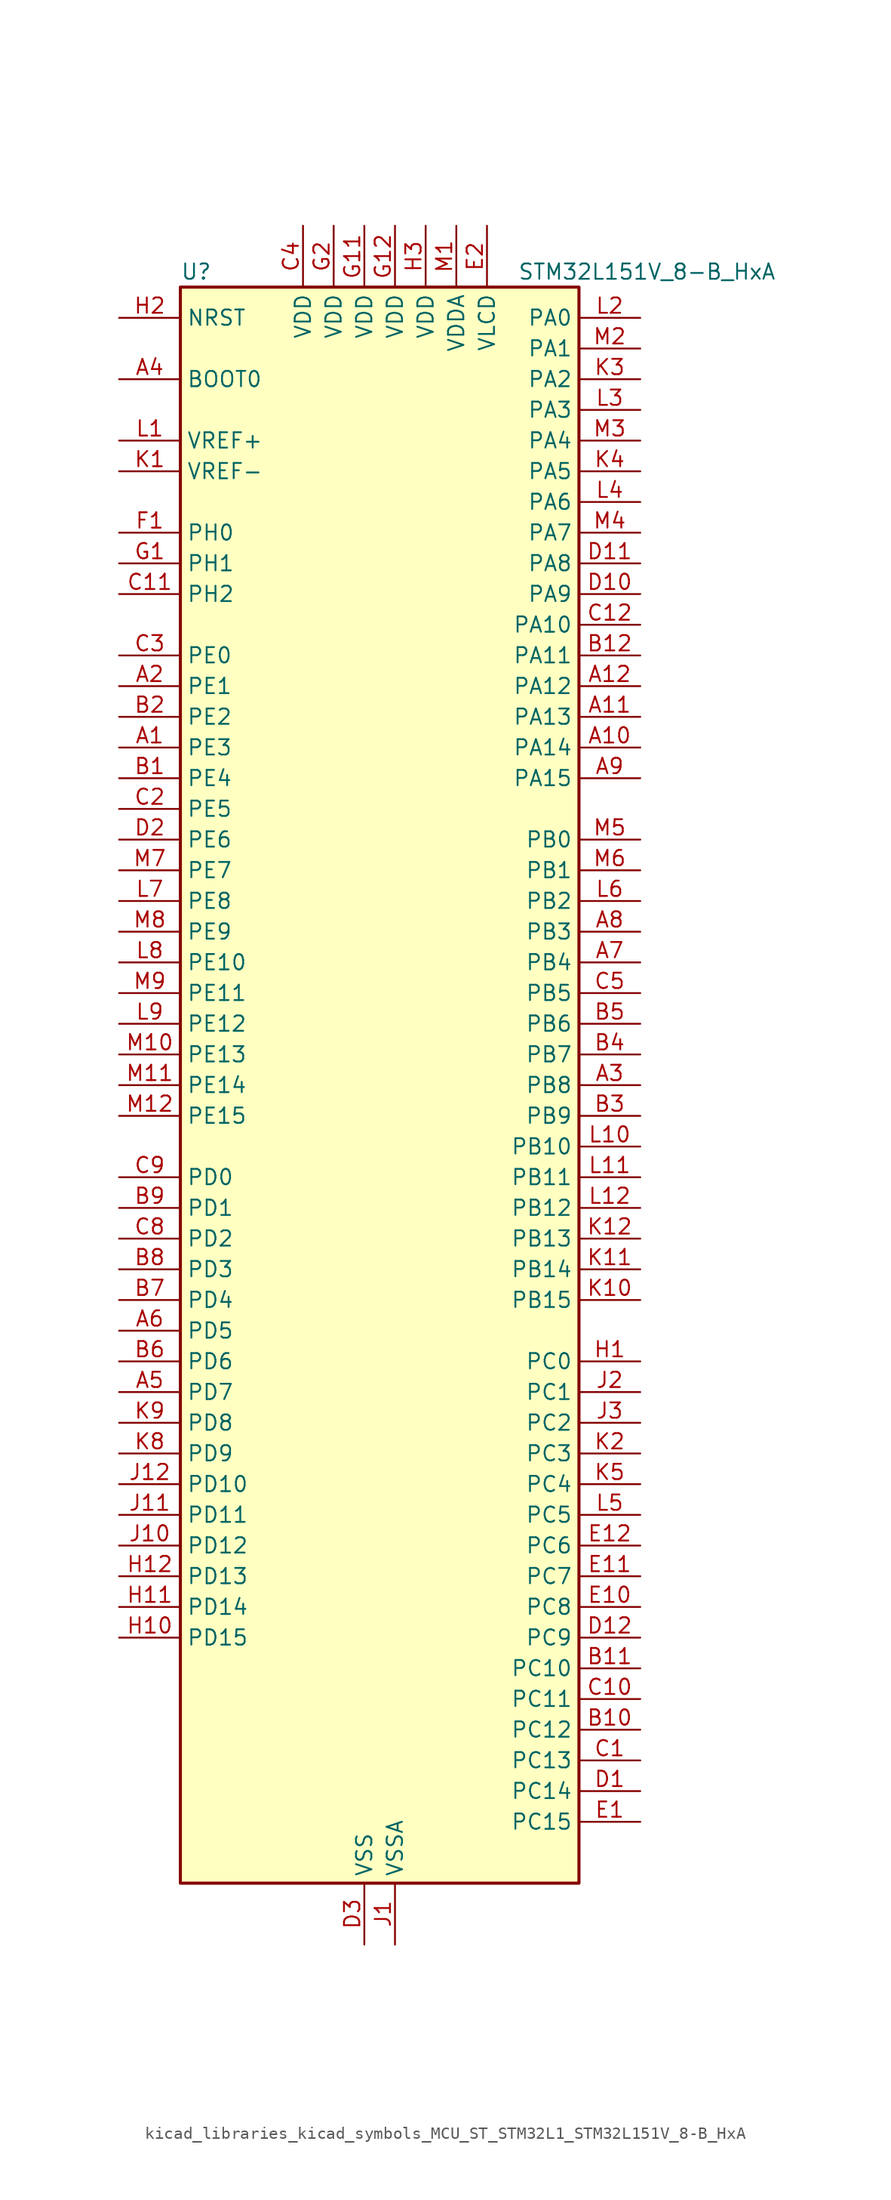
<source format=kicad_sym>
(kicad_symbol_lib
  (version 20220914)
  (generator kicad_symbol_editor)
  (symbol "kicad_libraries_kicad_symbols_MCU_ST_STM32L1_STM32L151V_8-B_HxA"
    (property "Reference" "U"
      (at -15.24 67.31 0)
      (effects (font (size 1.27 1.27)) (justify left)))
    (property "Value" "STM32L151V_8-B_HxA"
      (at 12.7 67.31 0)
      (effects (font (size 1.27 1.27)) (justify left)))
    (property "ki_locked" ""
      (at 0 0 0)
      (effects (font (size 1.27 1.27))))
    (symbol "kicad_libraries_kicad_symbols_MCU_ST_STM32L1_STM32L151V_8-B_HxA_0_1"
      (rectangle (start -15.24 -66.04) (end 17.78 66.04) (stroke (width 0.254) (type default)) (fill (type background))))
    (symbol "kicad_libraries_kicad_symbols_MCU_ST_STM32L1_STM32L151V_8-B_HxA_1_1"
      (pin bidirectional line (at -20.32 27.94 0) (length 5.08) (name "PE3" (effects (font (size 1.27 1.27)))) (number "A1" (effects (font (size 1.27 1.27)))) (alternate "SYS_TRACED0" bidirectional line) (alternate "TIM3_CH1" bidirectional line) (alternate "TIMX_IC4" bidirectional line))
      (pin bidirectional line (at 22.86 27.94 180) (length 5.08) (name "PA14" (effects (font (size 1.27 1.27)))) (number "A10" (effects (font (size 1.27 1.27)))) (alternate "SYS_JTCK-SWCLK" bidirectional line) (alternate "TIMX_IC3" bidirectional line) (alternate "TS_G5_IO2" bidirectional line))
      (pin bidirectional line (at 22.86 30.48 180) (length 5.08) (name "PA13" (effects (font (size 1.27 1.27)))) (number "A11" (effects (font (size 1.27 1.27)))) (alternate "SYS_JTMS-SWDIO" bidirectional line) (alternate "TIMX_IC2" bidirectional line) (alternate "TS_G5_IO1" bidirectional line))
      (pin bidirectional line (at 22.86 33.02 180) (length 5.08) (name "PA12" (effects (font (size 1.27 1.27)))) (number "A12" (effects (font (size 1.27 1.27)))) (alternate "SPI1_MOSI" bidirectional line) (alternate "TIMX_IC1" bidirectional line) (alternate "USART1_RTS" bidirectional line) (alternate "USB_DP" bidirectional line))
      (pin bidirectional line (at -20.32 33.02 0) (length 5.08) (name "PE1" (effects (font (size 1.27 1.27)))) (number "A2" (effects (font (size 1.27 1.27)))) (alternate "TIM11_CH1" bidirectional line) (alternate "TIMX_IC2" bidirectional line))
      (pin bidirectional line (at 22.86 0 180) (length 5.08) (name "PB8" (effects (font (size 1.27 1.27)))) (number "A3" (effects (font (size 1.27 1.27)))) (alternate "I2C1_SCL" bidirectional line) (alternate "TIM10_CH1" bidirectional line) (alternate "TIM4_CH3" bidirectional line))
      (pin input line (at -20.32 58.42 0) (length 5.08) (name "BOOT0" (effects (font (size 1.27 1.27)))) (number "A4" (effects (font (size 1.27 1.27)))))
      (pin bidirectional line (at -20.32 -25.4 0) (length 5.08) (name "PD7" (effects (font (size 1.27 1.27)))) (number "A5" (effects (font (size 1.27 1.27)))) (alternate "TIM9_CH2" bidirectional line) (alternate "TIMX_IC4" bidirectional line) (alternate "USART2_CK" bidirectional line))
      (pin bidirectional line (at -20.32 -20.32 0) (length 5.08) (name "PD5" (effects (font (size 1.27 1.27)))) (number "A6" (effects (font (size 1.27 1.27)))) (alternate "TIMX_IC2" bidirectional line) (alternate "USART2_TX" bidirectional line))
      (pin bidirectional line (at 22.86 10.16 180) (length 5.08) (name "PB4" (effects (font (size 1.27 1.27)))) (number "A7" (effects (font (size 1.27 1.27)))) (alternate "COMP2_INP" bidirectional line) (alternate "SPI1_MISO" bidirectional line) (alternate "SYS_JTRST" bidirectional line) (alternate "TIM3_CH1" bidirectional line) (alternate "TS_G6_IO1" bidirectional line))
      (pin bidirectional line (at 22.86 12.7 180) (length 5.08) (name "PB3" (effects (font (size 1.27 1.27)))) (number "A8" (effects (font (size 1.27 1.27)))) (alternate "COMP2_INM" bidirectional line) (alternate "SPI1_SCK" bidirectional line) (alternate "SYS_JTDO-TRACESWO" bidirectional line) (alternate "TIM2_CH2" bidirectional line))
      (pin bidirectional line (at 22.86 25.4 180) (length 5.08) (name "PA15" (effects (font (size 1.27 1.27)))) (number "A9" (effects (font (size 1.27 1.27)))) (alternate "ADC_EXTI15" bidirectional line) (alternate "SPI1_NSS" bidirectional line) (alternate "SYS_JTDI" bidirectional line) (alternate "TIM2_CH1" bidirectional line) (alternate "TIM2_ETR" bidirectional line) (alternate "TIMX_IC4" bidirectional line) (alternate "TS_G5_IO3" bidirectional line))
      (pin bidirectional line (at -20.32 25.4 0) (length 5.08) (name "PE4" (effects (font (size 1.27 1.27)))) (number "B1" (effects (font (size 1.27 1.27)))) (alternate "SYS_TRACED1" bidirectional line) (alternate "TIM3_CH2" bidirectional line) (alternate "TIMX_IC1" bidirectional line))
      (pin bidirectional line (at 22.86 -53.34 180) (length 5.08) (name "PC12" (effects (font (size 1.27 1.27)))) (number "B10" (effects (font (size 1.27 1.27)))) (alternate "TIMX_IC1" bidirectional line) (alternate "USART3_CK" bidirectional line))
      (pin bidirectional line (at 22.86 -48.26 180) (length 5.08) (name "PC10" (effects (font (size 1.27 1.27)))) (number "B11" (effects (font (size 1.27 1.27)))) (alternate "TIMX_IC3" bidirectional line) (alternate "USART3_TX" bidirectional line))
      (pin bidirectional line (at 22.86 35.56 180) (length 5.08) (name "PA11" (effects (font (size 1.27 1.27)))) (number "B12" (effects (font (size 1.27 1.27)))) (alternate "ADC_EXTI11" bidirectional line) (alternate "SPI1_MISO" bidirectional line) (alternate "TIMX_IC4" bidirectional line) (alternate "USART1_CTS" bidirectional line) (alternate "USB_DM" bidirectional line))
      (pin bidirectional line (at -20.32 30.48 0) (length 5.08) (name "PE2" (effects (font (size 1.27 1.27)))) (number "B2" (effects (font (size 1.27 1.27)))) (alternate "SYS_TRACECK" bidirectional line) (alternate "TIM3_ETR" bidirectional line) (alternate "TIMX_IC3" bidirectional line))
      (pin bidirectional line (at 22.86 -2.54 180) (length 5.08) (name "PB9" (effects (font (size 1.27 1.27)))) (number "B3" (effects (font (size 1.27 1.27)))) (alternate "DAC_EXTI9" bidirectional line) (alternate "I2C1_SDA" bidirectional line) (alternate "TIM11_CH1" bidirectional line) (alternate "TIM4_CH4" bidirectional line))
      (pin bidirectional line (at 22.86 2.54 180) (length 5.08) (name "PB7" (effects (font (size 1.27 1.27)))) (number "B4" (effects (font (size 1.27 1.27)))) (alternate "I2C1_SDA" bidirectional line) (alternate "SYS_PVD_IN" bidirectional line) (alternate "TIM4_CH2" bidirectional line) (alternate "TS_G6_IO4" bidirectional line) (alternate "USART1_RX" bidirectional line))
      (pin bidirectional line (at 22.86 5.08 180) (length 5.08) (name "PB6" (effects (font (size 1.27 1.27)))) (number "B5" (effects (font (size 1.27 1.27)))) (alternate "I2C1_SCL" bidirectional line) (alternate "TIM4_CH1" bidirectional line) (alternate "TS_G6_IO3" bidirectional line) (alternate "USART1_TX" bidirectional line))
      (pin bidirectional line (at -20.32 -22.86 0) (length 5.08) (name "PD6" (effects (font (size 1.27 1.27)))) (number "B6" (effects (font (size 1.27 1.27)))) (alternate "TIMX_IC3" bidirectional line) (alternate "USART2_RX" bidirectional line))
      (pin bidirectional line (at -20.32 -17.78 0) (length 5.08) (name "PD4" (effects (font (size 1.27 1.27)))) (number "B7" (effects (font (size 1.27 1.27)))) (alternate "SPI2_MOSI" bidirectional line) (alternate "TIMX_IC1" bidirectional line) (alternate "USART2_RTS" bidirectional line))
      (pin bidirectional line (at -20.32 -15.24 0) (length 5.08) (name "PD3" (effects (font (size 1.27 1.27)))) (number "B8" (effects (font (size 1.27 1.27)))) (alternate "SPI2_MISO" bidirectional line) (alternate "TIMX_IC4" bidirectional line) (alternate "USART2_CTS" bidirectional line))
      (pin bidirectional line (at -20.32 -10.16 0) (length 5.08) (name "PD1" (effects (font (size 1.27 1.27)))) (number "B9" (effects (font (size 1.27 1.27)))) (alternate "SPI2_SCK" bidirectional line) (alternate "TIMX_IC2" bidirectional line))
      (pin bidirectional line (at 22.86 -55.88 180) (length 5.08) (name "PC13" (effects (font (size 1.27 1.27)))) (number "C1" (effects (font (size 1.27 1.27)))) (alternate "RTC_OUT_ALARM" bidirectional line) (alternate "RTC_OUT_CALIB" bidirectional line) (alternate "RTC_TAMP1" bidirectional line) (alternate "RTC_TS" bidirectional line) (alternate "SYS_WKUP2" bidirectional line) (alternate "TIMX_IC2" bidirectional line))
      (pin bidirectional line (at 22.86 -50.8 180) (length 5.08) (name "PC11" (effects (font (size 1.27 1.27)))) (number "C10" (effects (font (size 1.27 1.27)))) (alternate "ADC_EXTI11" bidirectional line) (alternate "TIMX_IC4" bidirectional line) (alternate "USART3_RX" bidirectional line))
      (pin bidirectional line (at -20.32 40.64 0) (length 5.08) (name "PH2" (effects (font (size 1.27 1.27)))) (number "C11" (effects (font (size 1.27 1.27)))))
      (pin bidirectional line (at 22.86 38.1 180) (length 5.08) (name "PA10" (effects (font (size 1.27 1.27)))) (number "C12" (effects (font (size 1.27 1.27)))) (alternate "TIMX_IC3" bidirectional line) (alternate "TS_G4_IO3" bidirectional line) (alternate "USART1_RX" bidirectional line))
      (pin bidirectional line (at -20.32 22.86 0) (length 5.08) (name "PE5" (effects (font (size 1.27 1.27)))) (number "C2" (effects (font (size 1.27 1.27)))) (alternate "SYS_TRACED2" bidirectional line) (alternate "TIM9_CH1" bidirectional line) (alternate "TIMX_IC2" bidirectional line))
      (pin bidirectional line (at -20.32 35.56 0) (length 5.08) (name "PE0" (effects (font (size 1.27 1.27)))) (number "C3" (effects (font (size 1.27 1.27)))) (alternate "TIM10_CH1" bidirectional line) (alternate "TIM4_ETR" bidirectional line) (alternate "TIMX_IC1" bidirectional line))
      (pin power_in line (at -5.08 71.12 270) (length 5.08) (name "VDD" (effects (font (size 1.27 1.27)))) (number "C4" (effects (font (size 1.27 1.27)))))
      (pin bidirectional line (at 22.86 7.62 180) (length 5.08) (name "PB5" (effects (font (size 1.27 1.27)))) (number "C5" (effects (font (size 1.27 1.27)))) (alternate "COMP2_INP" bidirectional line) (alternate "I2C1_SMBA" bidirectional line) (alternate "SPI1_MOSI" bidirectional line) (alternate "TIM3_CH2" bidirectional line) (alternate "TS_G6_IO2" bidirectional line))
      (pin bidirectional line (at -20.32 -12.7 0) (length 5.08) (name "PD2" (effects (font (size 1.27 1.27)))) (number "C8" (effects (font (size 1.27 1.27)))) (alternate "TIM3_ETR" bidirectional line) (alternate "TIMX_IC3" bidirectional line))
      (pin bidirectional line (at -20.32 -7.62 0) (length 5.08) (name "PD0" (effects (font (size 1.27 1.27)))) (number "C9" (effects (font (size 1.27 1.27)))) (alternate "SPI2_NSS" bidirectional line) (alternate "TIM9_CH1" bidirectional line) (alternate "TIMX_IC1" bidirectional line))
      (pin bidirectional line (at 22.86 -58.42 180) (length 5.08) (name "PC14" (effects (font (size 1.27 1.27)))) (number "D1" (effects (font (size 1.27 1.27)))) (alternate "RCC_OSC32_IN" bidirectional line) (alternate "TIMX_IC3" bidirectional line))
      (pin bidirectional line (at 22.86 40.64 180) (length 5.08) (name "PA9" (effects (font (size 1.27 1.27)))) (number "D10" (effects (font (size 1.27 1.27)))) (alternate "DAC_EXTI9" bidirectional line) (alternate "TIMX_IC2" bidirectional line) (alternate "TS_G4_IO2" bidirectional line) (alternate "USART1_TX" bidirectional line))
      (pin bidirectional line (at 22.86 43.18 180) (length 5.08) (name "PA8" (effects (font (size 1.27 1.27)))) (number "D11" (effects (font (size 1.27 1.27)))) (alternate "RCC_MCO" bidirectional line) (alternate "TIMX_IC1" bidirectional line) (alternate "TS_G4_IO1" bidirectional line) (alternate "USART1_CK" bidirectional line))
      (pin bidirectional line (at 22.86 -45.72 180) (length 5.08) (name "PC9" (effects (font (size 1.27 1.27)))) (number "D12" (effects (font (size 1.27 1.27)))) (alternate "DAC_EXTI9" bidirectional line) (alternate "TIM3_CH4" bidirectional line) (alternate "TIMX_IC2" bidirectional line) (alternate "TS_G10_IO4" bidirectional line))
      (pin bidirectional line (at -20.32 20.32 0) (length 5.08) (name "PE6" (effects (font (size 1.27 1.27)))) (number "D2" (effects (font (size 1.27 1.27)))) (alternate "RTC_TAMP3" bidirectional line) (alternate "SYS_TRACED3" bidirectional line) (alternate "SYS_WKUP3" bidirectional line) (alternate "TIM9_CH2" bidirectional line) (alternate "TIMX_IC3" bidirectional line))
      (pin power_in line (at 0 -71.12 90) (length 5.08) (name "VSS" (effects (font (size 1.27 1.27)))) (number "D3" (effects (font (size 1.27 1.27)))))
      (pin bidirectional line (at 22.86 -60.96 180) (length 5.08) (name "PC15" (effects (font (size 1.27 1.27)))) (number "E1" (effects (font (size 1.27 1.27)))) (alternate "ADC_EXTI15" bidirectional line) (alternate "RCC_OSC32_OUT" bidirectional line) (alternate "TIMX_IC4" bidirectional line))
      (pin bidirectional line (at 22.86 -43.18 180) (length 5.08) (name "PC8" (effects (font (size 1.27 1.27)))) (number "E10" (effects (font (size 1.27 1.27)))) (alternate "TIM3_CH3" bidirectional line) (alternate "TIMX_IC1" bidirectional line) (alternate "TS_G10_IO3" bidirectional line))
      (pin bidirectional line (at 22.86 -40.64 180) (length 5.08) (name "PC7" (effects (font (size 1.27 1.27)))) (number "E11" (effects (font (size 1.27 1.27)))) (alternate "TIM3_CH2" bidirectional line) (alternate "TIMX_IC4" bidirectional line) (alternate "TS_G10_IO2" bidirectional line))
      (pin bidirectional line (at 22.86 -38.1 180) (length 5.08) (name "PC6" (effects (font (size 1.27 1.27)))) (number "E12" (effects (font (size 1.27 1.27)))) (alternate "TIM3_CH1" bidirectional line) (alternate "TIMX_IC3" bidirectional line) (alternate "TS_G10_IO1" bidirectional line))
      (pin power_in line (at 10.16 71.12 270) (length 5.08) (name "VLCD" (effects (font (size 1.27 1.27)))) (number "E2" (effects (font (size 1.27 1.27)))))
      (pin passive line (at 0 -71.12 90) (length 5.08) hide (name "VSS" (effects (font (size 1.27 1.27)))) (number "E3" (effects (font (size 1.27 1.27)))))
      (pin bidirectional line (at -20.32 45.72 0) (length 5.08) (name "PH0" (effects (font (size 1.27 1.27)))) (number "F1" (effects (font (size 1.27 1.27)))) (alternate "RCC_OSC_IN" bidirectional line))
      (pin passive line (at 0 -71.12 90) (length 5.08) hide (name "VSS" (effects (font (size 1.27 1.27)))) (number "F11" (effects (font (size 1.27 1.27)))))
      (pin passive line (at 0 -71.12 90) (length 5.08) hide (name "VSS" (effects (font (size 1.27 1.27)))) (number "F12" (effects (font (size 1.27 1.27)))))
      (pin passive line (at 0 -71.12 90) (length 5.08) hide (name "VSS" (effects (font (size 1.27 1.27)))) (number "F2" (effects (font (size 1.27 1.27)))))
      (pin bidirectional line (at -20.32 43.18 0) (length 5.08) (name "PH1" (effects (font (size 1.27 1.27)))) (number "G1" (effects (font (size 1.27 1.27)))) (alternate "RCC_OSC_OUT" bidirectional line))
      (pin power_in line (at 0 71.12 270) (length 5.08) (name "VDD" (effects (font (size 1.27 1.27)))) (number "G11" (effects (font (size 1.27 1.27)))))
      (pin power_in line (at 2.54 71.12 270) (length 5.08) (name "VDD" (effects (font (size 1.27 1.27)))) (number "G12" (effects (font (size 1.27 1.27)))))
      (pin power_in line (at -2.54 71.12 270) (length 5.08) (name "VDD" (effects (font (size 1.27 1.27)))) (number "G2" (effects (font (size 1.27 1.27)))))
      (pin bidirectional line (at 22.86 -22.86 180) (length 5.08) (name "PC0" (effects (font (size 1.27 1.27)))) (number "H1" (effects (font (size 1.27 1.27)))) (alternate "ADC_IN10" bidirectional line) (alternate "COMP1_INP" bidirectional line) (alternate "TIMX_IC1" bidirectional line) (alternate "TS_G8_IO1" bidirectional line))
      (pin bidirectional line (at -20.32 -45.72 0) (length 5.08) (name "PD15" (effects (font (size 1.27 1.27)))) (number "H10" (effects (font (size 1.27 1.27)))) (alternate "ADC_EXTI15" bidirectional line) (alternate "TIM4_CH4" bidirectional line) (alternate "TIMX_IC4" bidirectional line))
      (pin bidirectional line (at -20.32 -43.18 0) (length 5.08) (name "PD14" (effects (font (size 1.27 1.27)))) (number "H11" (effects (font (size 1.27 1.27)))) (alternate "TIM4_CH3" bidirectional line) (alternate "TIMX_IC3" bidirectional line))
      (pin bidirectional line (at -20.32 -40.64 0) (length 5.08) (name "PD13" (effects (font (size 1.27 1.27)))) (number "H12" (effects (font (size 1.27 1.27)))) (alternate "TIM4_CH2" bidirectional line) (alternate "TIMX_IC2" bidirectional line))
      (pin input line (at -20.32 63.5 0) (length 5.08) (name "NRST" (effects (font (size 1.27 1.27)))) (number "H2" (effects (font (size 1.27 1.27)))))
      (pin power_in line (at 5.08 71.12 270) (length 5.08) (name "VDD" (effects (font (size 1.27 1.27)))) (number "H3" (effects (font (size 1.27 1.27)))))
      (pin power_in line (at 2.54 -71.12 90) (length 5.08) (name "VSSA" (effects (font (size 1.27 1.27)))) (number "J1" (effects (font (size 1.27 1.27)))))
      (pin bidirectional line (at -20.32 -38.1 0) (length 5.08) (name "PD12" (effects (font (size 1.27 1.27)))) (number "J10" (effects (font (size 1.27 1.27)))) (alternate "TIM4_CH1" bidirectional line) (alternate "TIMX_IC1" bidirectional line) (alternate "USART3_RTS" bidirectional line))
      (pin bidirectional line (at -20.32 -35.56 0) (length 5.08) (name "PD11" (effects (font (size 1.27 1.27)))) (number "J11" (effects (font (size 1.27 1.27)))) (alternate "ADC_EXTI11" bidirectional line) (alternate "TIMX_IC4" bidirectional line) (alternate "USART3_CTS" bidirectional line))
      (pin bidirectional line (at -20.32 -33.02 0) (length 5.08) (name "PD10" (effects (font (size 1.27 1.27)))) (number "J12" (effects (font (size 1.27 1.27)))) (alternate "TIMX_IC3" bidirectional line) (alternate "USART3_CK" bidirectional line))
      (pin bidirectional line (at 22.86 -25.4 180) (length 5.08) (name "PC1" (effects (font (size 1.27 1.27)))) (number "J2" (effects (font (size 1.27 1.27)))) (alternate "ADC_IN11" bidirectional line) (alternate "COMP1_INP" bidirectional line) (alternate "TIMX_IC2" bidirectional line) (alternate "TS_G8_IO2" bidirectional line))
      (pin bidirectional line (at 22.86 -27.94 180) (length 5.08) (name "PC2" (effects (font (size 1.27 1.27)))) (number "J3" (effects (font (size 1.27 1.27)))) (alternate "ADC_IN12" bidirectional line) (alternate "COMP1_INP" bidirectional line) (alternate "TIMX_IC3" bidirectional line) (alternate "TS_G8_IO3" bidirectional line))
      (pin input line (at -20.32 50.8 0) (length 5.08) (name "VREF-" (effects (font (size 1.27 1.27)))) (number "K1" (effects (font (size 1.27 1.27)))))
      (pin bidirectional line (at 22.86 -17.78 180) (length 5.08) (name "PB15" (effects (font (size 1.27 1.27)))) (number "K10" (effects (font (size 1.27 1.27)))) (alternate "ADC_EXTI15" bidirectional line) (alternate "ADC_IN21" bidirectional line) (alternate "COMP1_INP" bidirectional line) (alternate "RTC_REFIN" bidirectional line) (alternate "SPI2_MOSI" bidirectional line) (alternate "TIM11_CH1" bidirectional line) (alternate "TS_G7_IO4" bidirectional line))
      (pin bidirectional line (at 22.86 -15.24 180) (length 5.08) (name "PB14" (effects (font (size 1.27 1.27)))) (number "K11" (effects (font (size 1.27 1.27)))) (alternate "ADC_IN20" bidirectional line) (alternate "COMP1_INP" bidirectional line) (alternate "SPI2_MISO" bidirectional line) (alternate "TIM9_CH2" bidirectional line) (alternate "TS_G7_IO3" bidirectional line) (alternate "USART3_RTS" bidirectional line))
      (pin bidirectional line (at 22.86 -12.7 180) (length 5.08) (name "PB13" (effects (font (size 1.27 1.27)))) (number "K12" (effects (font (size 1.27 1.27)))) (alternate "ADC_IN19" bidirectional line) (alternate "COMP1_INP" bidirectional line) (alternate "SPI2_SCK" bidirectional line) (alternate "TIM9_CH1" bidirectional line) (alternate "TS_G7_IO2" bidirectional line) (alternate "USART3_CTS" bidirectional line))
      (pin bidirectional line (at 22.86 -30.48 180) (length 5.08) (name "PC3" (effects (font (size 1.27 1.27)))) (number "K2" (effects (font (size 1.27 1.27)))) (alternate "ADC_IN13" bidirectional line) (alternate "COMP1_INP" bidirectional line) (alternate "TIMX_IC4" bidirectional line) (alternate "TS_G8_IO4" bidirectional line))
      (pin bidirectional line (at 22.86 58.42 180) (length 5.08) (name "PA2" (effects (font (size 1.27 1.27)))) (number "K3" (effects (font (size 1.27 1.27)))) (alternate "ADC_IN2" bidirectional line) (alternate "COMP1_INP" bidirectional line) (alternate "TIM2_CH3" bidirectional line) (alternate "TIM9_CH1" bidirectional line) (alternate "TIMX_IC3" bidirectional line) (alternate "TS_G1_IO3" bidirectional line) (alternate "USART2_TX" bidirectional line))
      (pin bidirectional line (at 22.86 50.8 180) (length 5.08) (name "PA5" (effects (font (size 1.27 1.27)))) (number "K4" (effects (font (size 1.27 1.27)))) (alternate "ADC_IN5" bidirectional line) (alternate "COMP1_INP" bidirectional line) (alternate "DAC_OUT2" bidirectional line) (alternate "SPI1_SCK" bidirectional line) (alternate "TIM2_CH1" bidirectional line) (alternate "TIM2_ETR" bidirectional line) (alternate "TIMX_IC2" bidirectional line))
      (pin bidirectional line (at 22.86 -33.02 180) (length 5.08) (name "PC4" (effects (font (size 1.27 1.27)))) (number "K5" (effects (font (size 1.27 1.27)))) (alternate "ADC_IN14" bidirectional line) (alternate "COMP1_INP" bidirectional line) (alternate "TIMX_IC1" bidirectional line) (alternate "TS_G9_IO1" bidirectional line))
      (pin bidirectional line (at -20.32 -30.48 0) (length 5.08) (name "PD9" (effects (font (size 1.27 1.27)))) (number "K8" (effects (font (size 1.27 1.27)))) (alternate "DAC_EXTI9" bidirectional line) (alternate "TIMX_IC2" bidirectional line) (alternate "USART3_RX" bidirectional line))
      (pin bidirectional line (at -20.32 -27.94 0) (length 5.08) (name "PD8" (effects (font (size 1.27 1.27)))) (number "K9" (effects (font (size 1.27 1.27)))) (alternate "TIMX_IC1" bidirectional line) (alternate "USART3_TX" bidirectional line))
      (pin input line (at -20.32 53.34 0) (length 5.08) (name "VREF+" (effects (font (size 1.27 1.27)))) (number "L1" (effects (font (size 1.27 1.27)))))
      (pin bidirectional line (at 22.86 -5.08 180) (length 5.08) (name "PB10" (effects (font (size 1.27 1.27)))) (number "L10" (effects (font (size 1.27 1.27)))) (alternate "I2C2_SCL" bidirectional line) (alternate "TIM2_CH3" bidirectional line) (alternate "USART3_TX" bidirectional line))
      (pin bidirectional line (at 22.86 -7.62 180) (length 5.08) (name "PB11" (effects (font (size 1.27 1.27)))) (number "L11" (effects (font (size 1.27 1.27)))) (alternate "ADC_EXTI11" bidirectional line) (alternate "I2C2_SDA" bidirectional line) (alternate "TIM2_CH4" bidirectional line) (alternate "USART3_RX" bidirectional line))
      (pin bidirectional line (at 22.86 -10.16 180) (length 5.08) (name "PB12" (effects (font (size 1.27 1.27)))) (number "L12" (effects (font (size 1.27 1.27)))) (alternate "ADC_IN18" bidirectional line) (alternate "COMP1_INP" bidirectional line) (alternate "I2C2_SMBA" bidirectional line) (alternate "SPI2_NSS" bidirectional line) (alternate "TIM10_CH1" bidirectional line) (alternate "TS_G7_IO1" bidirectional line) (alternate "USART3_CK" bidirectional line))
      (pin bidirectional line (at 22.86 63.5 180) (length 5.08) (name "PA0" (effects (font (size 1.27 1.27)))) (number "L2" (effects (font (size 1.27 1.27)))) (alternate "ADC_IN0" bidirectional line) (alternate "COMP1_INP" bidirectional line) (alternate "RTC_TAMP2" bidirectional line) (alternate "SYS_WKUP1" bidirectional line) (alternate "TIM2_CH1" bidirectional line) (alternate "TIM2_ETR" bidirectional line) (alternate "TIMX_IC1" bidirectional line) (alternate "TS_G1_IO1" bidirectional line) (alternate "USART2_CTS" bidirectional line))
      (pin bidirectional line (at 22.86 55.88 180) (length 5.08) (name "PA3" (effects (font (size 1.27 1.27)))) (number "L3" (effects (font (size 1.27 1.27)))) (alternate "ADC_IN3" bidirectional line) (alternate "COMP1_INP" bidirectional line) (alternate "TIM2_CH4" bidirectional line) (alternate "TIM9_CH2" bidirectional line) (alternate "TIMX_IC4" bidirectional line) (alternate "TS_G1_IO4" bidirectional line) (alternate "USART2_RX" bidirectional line))
      (pin bidirectional line (at 22.86 48.26 180) (length 5.08) (name "PA6" (effects (font (size 1.27 1.27)))) (number "L4" (effects (font (size 1.27 1.27)))) (alternate "ADC_IN6" bidirectional line) (alternate "COMP1_INP" bidirectional line) (alternate "SPI1_MISO" bidirectional line) (alternate "TIM10_CH1" bidirectional line) (alternate "TIM3_CH1" bidirectional line) (alternate "TIMX_IC3" bidirectional line) (alternate "TS_G2_IO1" bidirectional line))
      (pin bidirectional line (at 22.86 -35.56 180) (length 5.08) (name "PC5" (effects (font (size 1.27 1.27)))) (number "L5" (effects (font (size 1.27 1.27)))) (alternate "ADC_IN15" bidirectional line) (alternate "COMP1_INP" bidirectional line) (alternate "TIMX_IC2" bidirectional line) (alternate "TS_G9_IO2" bidirectional line))
      (pin bidirectional line (at 22.86 15.24 180) (length 5.08) (name "PB2" (effects (font (size 1.27 1.27)))) (number "L6" (effects (font (size 1.27 1.27)))) (alternate "TS_G3_IO3" bidirectional line))
      (pin bidirectional line (at -20.32 15.24 0) (length 5.08) (name "PE8" (effects (font (size 1.27 1.27)))) (number "L7" (effects (font (size 1.27 1.27)))) (alternate "ADC_IN23" bidirectional line) (alternate "COMP1_INP" bidirectional line) (alternate "TIMX_IC1" bidirectional line))
      (pin bidirectional line (at -20.32 10.16 0) (length 5.08) (name "PE10" (effects (font (size 1.27 1.27)))) (number "L8" (effects (font (size 1.27 1.27)))) (alternate "ADC_IN25" bidirectional line) (alternate "COMP1_INP" bidirectional line) (alternate "TIM2_CH2" bidirectional line) (alternate "TIMX_IC3" bidirectional line))
      (pin bidirectional line (at -20.32 5.08 0) (length 5.08) (name "PE12" (effects (font (size 1.27 1.27)))) (number "L9" (effects (font (size 1.27 1.27)))) (alternate "SPI1_NSS" bidirectional line) (alternate "TIM2_CH4" bidirectional line) (alternate "TIMX_IC1" bidirectional line))
      (pin power_in line (at 7.62 71.12 270) (length 5.08) (name "VDDA" (effects (font (size 1.27 1.27)))) (number "M1" (effects (font (size 1.27 1.27)))))
      (pin bidirectional line (at -20.32 2.54 0) (length 5.08) (name "PE13" (effects (font (size 1.27 1.27)))) (number "M10" (effects (font (size 1.27 1.27)))) (alternate "SPI1_SCK" bidirectional line) (alternate "TIMX_IC2" bidirectional line))
      (pin bidirectional line (at -20.32 0 0) (length 5.08) (name "PE14" (effects (font (size 1.27 1.27)))) (number "M11" (effects (font (size 1.27 1.27)))) (alternate "SPI1_MISO" bidirectional line) (alternate "TIMX_IC3" bidirectional line))
      (pin bidirectional line (at -20.32 -2.54 0) (length 5.08) (name "PE15" (effects (font (size 1.27 1.27)))) (number "M12" (effects (font (size 1.27 1.27)))) (alternate "ADC_EXTI15" bidirectional line) (alternate "SPI1_MOSI" bidirectional line) (alternate "TIMX_IC4" bidirectional line))
      (pin bidirectional line (at 22.86 60.96 180) (length 5.08) (name "PA1" (effects (font (size 1.27 1.27)))) (number "M2" (effects (font (size 1.27 1.27)))) (alternate "ADC_IN1" bidirectional line) (alternate "COMP1_INP" bidirectional line) (alternate "TIM2_CH2" bidirectional line) (alternate "TIMX_IC2" bidirectional line) (alternate "TS_G1_IO2" bidirectional line) (alternate "USART2_RTS" bidirectional line))
      (pin bidirectional line (at 22.86 53.34 180) (length 5.08) (name "PA4" (effects (font (size 1.27 1.27)))) (number "M3" (effects (font (size 1.27 1.27)))) (alternate "ADC_IN4" bidirectional line) (alternate "COMP1_INP" bidirectional line) (alternate "DAC_OUT1" bidirectional line) (alternate "SPI1_NSS" bidirectional line) (alternate "TIMX_IC1" bidirectional line) (alternate "USART2_CK" bidirectional line))
      (pin bidirectional line (at 22.86 45.72 180) (length 5.08) (name "PA7" (effects (font (size 1.27 1.27)))) (number "M4" (effects (font (size 1.27 1.27)))) (alternate "ADC_IN7" bidirectional line) (alternate "COMP1_INP" bidirectional line) (alternate "SPI1_MOSI" bidirectional line) (alternate "TIM11_CH1" bidirectional line) (alternate "TIM3_CH2" bidirectional line) (alternate "TIMX_IC4" bidirectional line) (alternate "TS_G2_IO2" bidirectional line))
      (pin bidirectional line (at 22.86 20.32 180) (length 5.08) (name "PB0" (effects (font (size 1.27 1.27)))) (number "M5" (effects (font (size 1.27 1.27)))) (alternate "ADC_IN8" bidirectional line) (alternate "COMP1_INP" bidirectional line) (alternate "SYS_V_REF_OUT" bidirectional line) (alternate "TIM3_CH3" bidirectional line) (alternate "TS_G3_IO1" bidirectional line))
      (pin bidirectional line (at 22.86 17.78 180) (length 5.08) (name "PB1" (effects (font (size 1.27 1.27)))) (number "M6" (effects (font (size 1.27 1.27)))) (alternate "ADC_IN9" bidirectional line) (alternate "COMP1_INP" bidirectional line) (alternate "SYS_V_REF_OUT" bidirectional line) (alternate "TIM3_CH4" bidirectional line) (alternate "TS_G3_IO2" bidirectional line))
      (pin bidirectional line (at -20.32 17.78 0) (length 5.08) (name "PE7" (effects (font (size 1.27 1.27)))) (number "M7" (effects (font (size 1.27 1.27)))) (alternate "ADC_IN22" bidirectional line) (alternate "COMP1_INP" bidirectional line) (alternate "TIMX_IC4" bidirectional line))
      (pin bidirectional line (at -20.32 12.7 0) (length 5.08) (name "PE9" (effects (font (size 1.27 1.27)))) (number "M8" (effects (font (size 1.27 1.27)))) (alternate "ADC_IN24" bidirectional line) (alternate "COMP1_INP" bidirectional line) (alternate "DAC_EXTI9" bidirectional line) (alternate "TIM2_CH1" bidirectional line) (alternate "TIM2_ETR" bidirectional line) (alternate "TIMX_IC2" bidirectional line))
      (pin bidirectional line (at -20.32 7.62 0) (length 5.08) (name "PE11" (effects (font (size 1.27 1.27)))) (number "M9" (effects (font (size 1.27 1.27)))) (alternate "ADC_EXTI11" bidirectional line) (alternate "TIM2_CH3" bidirectional line) (alternate "TIMX_IC4" bidirectional line)))))
</source>
